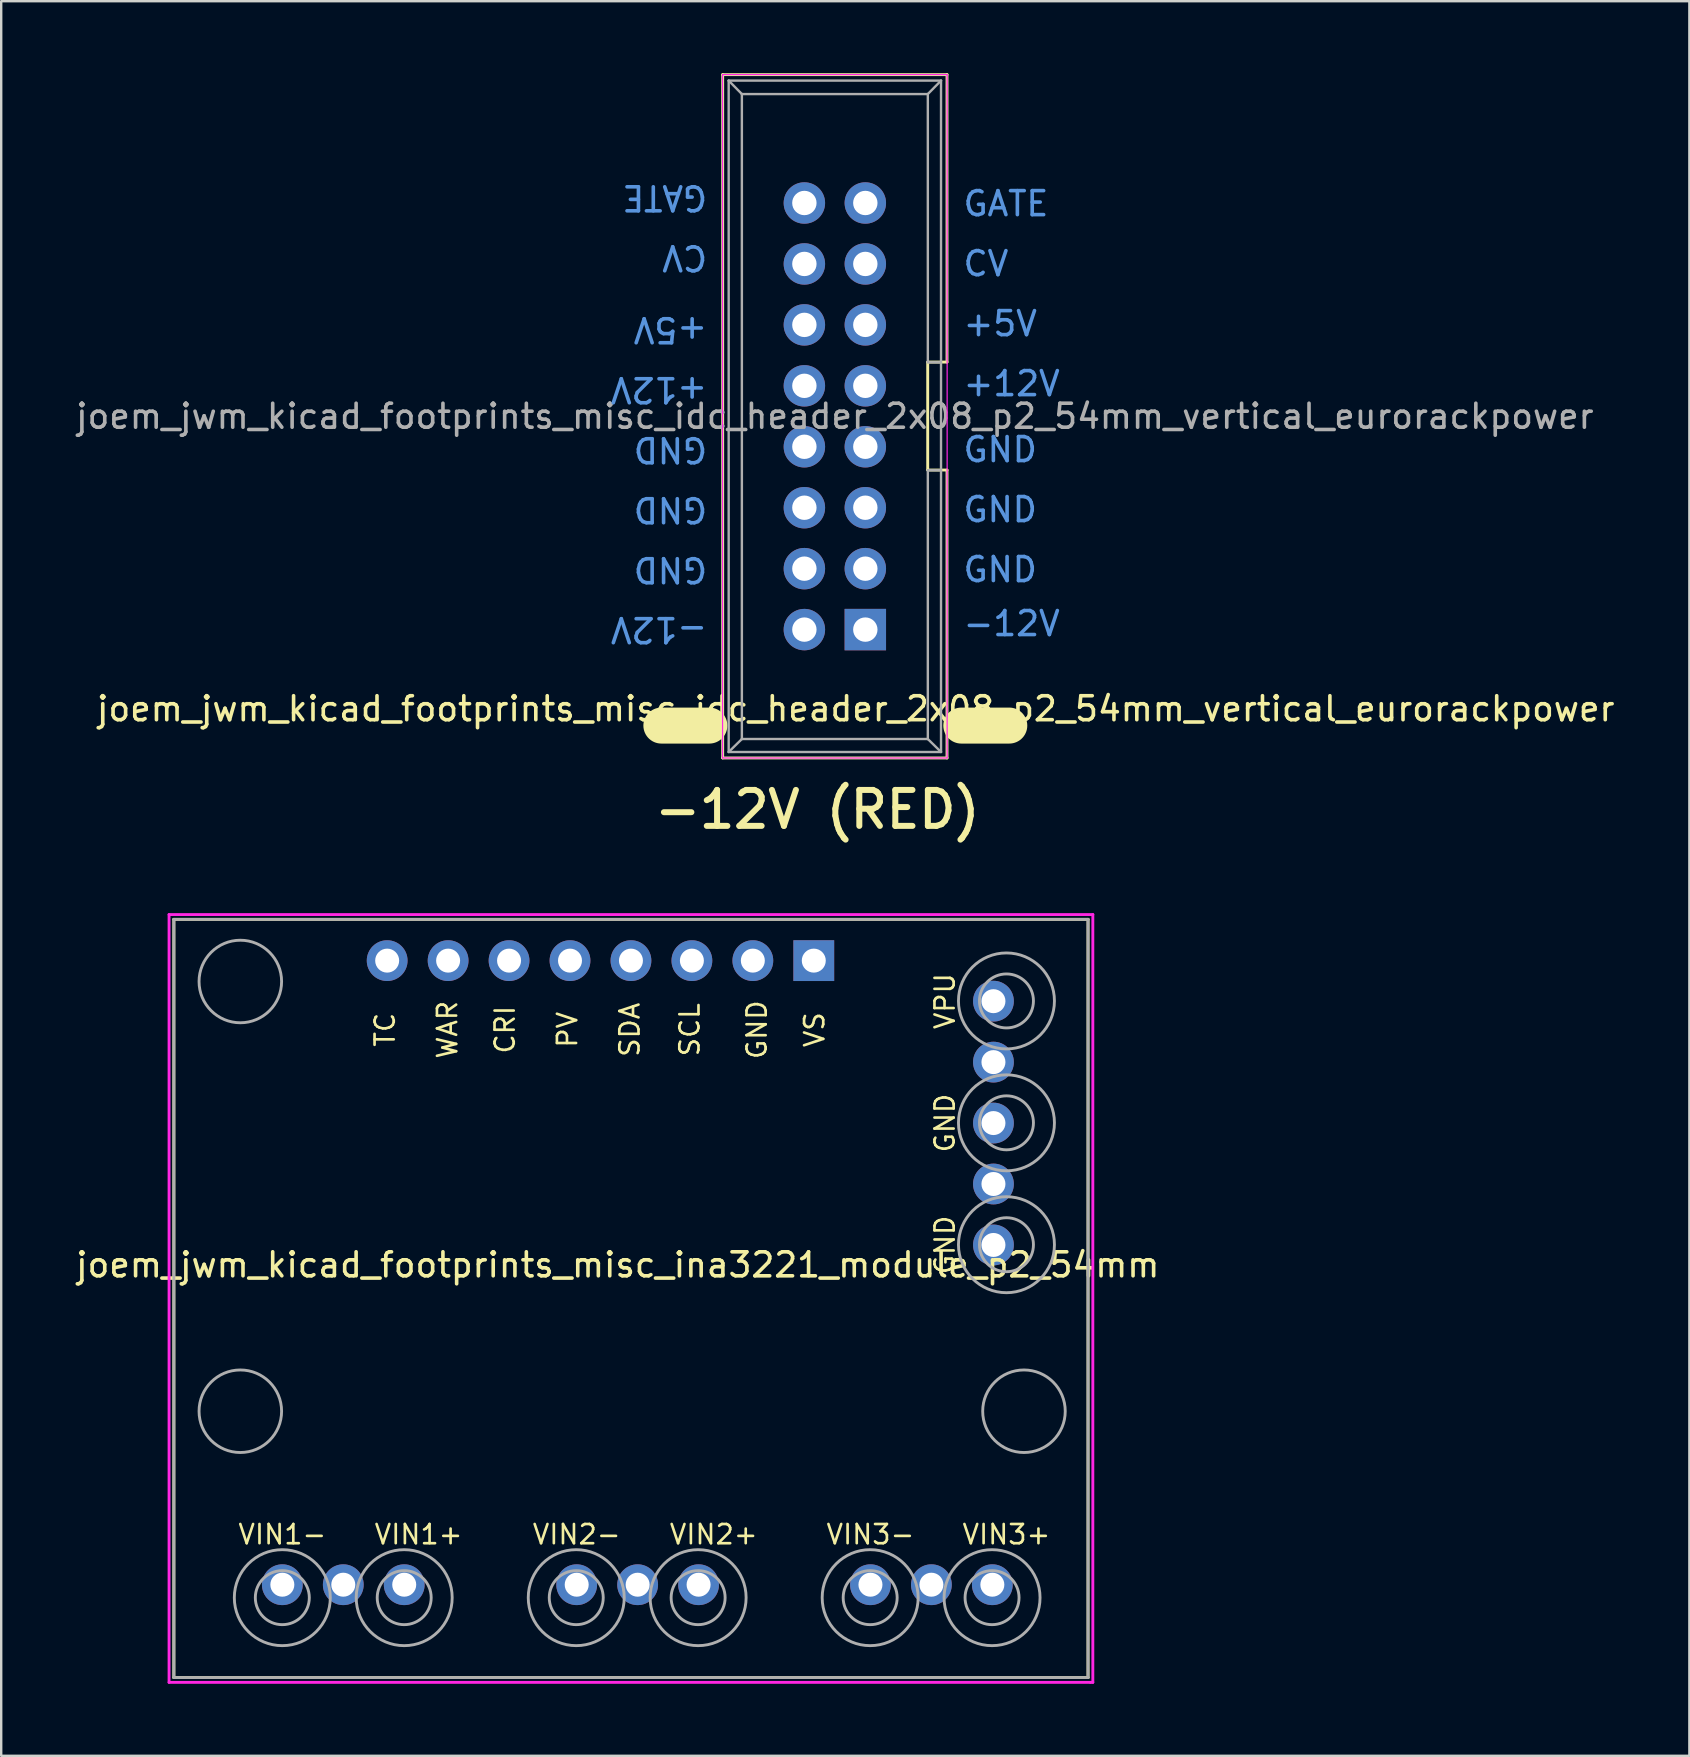
<source format=kicad_pcb>
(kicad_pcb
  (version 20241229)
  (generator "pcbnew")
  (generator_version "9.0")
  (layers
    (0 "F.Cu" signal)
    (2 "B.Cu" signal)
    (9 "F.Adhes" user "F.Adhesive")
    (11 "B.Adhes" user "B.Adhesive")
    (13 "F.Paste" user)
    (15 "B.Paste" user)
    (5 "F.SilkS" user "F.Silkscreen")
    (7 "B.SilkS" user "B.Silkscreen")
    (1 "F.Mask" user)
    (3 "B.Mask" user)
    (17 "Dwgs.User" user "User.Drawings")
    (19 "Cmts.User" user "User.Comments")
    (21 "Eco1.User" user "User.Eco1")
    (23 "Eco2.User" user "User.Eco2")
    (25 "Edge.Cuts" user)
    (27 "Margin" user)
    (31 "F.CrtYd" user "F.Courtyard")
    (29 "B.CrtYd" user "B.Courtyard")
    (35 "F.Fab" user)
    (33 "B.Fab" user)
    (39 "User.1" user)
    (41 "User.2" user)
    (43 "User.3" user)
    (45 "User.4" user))
  (footprint "joem_jwm_kicad_footprints_misc_ina3221_module_p2_54mm"
    (layer "F.Cu")
    (at 30.896 37.046)
    (property "Reference" "joem_jwm_kicad_footprints_misc_ina3221_module_p2_54mm" (at -8.2 12.62 0) (layer "F.SilkS") (effects (font (size 1 1) (thickness 0.15))))
    (attr through_hole)
    (fp_line (start -26.7 -1.78) (end 11.4 -1.78) (stroke (width 0.12) (type solid)) (layer "F.SilkS"))
    (fp_line (start -26.7 29.82) (end -26.7 -1.78) (stroke (width 0.12) (type solid)) (layer "F.SilkS"))
    (fp_line (start 11.4 -1.78) (end 11.4 29.82) (stroke (width 0.12) (type solid)) (layer "F.SilkS"))
    (fp_line (start 11.4 29.82) (end -26.7 29.82) (stroke (width 0.12) (type solid)) (layer "F.SilkS"))
    (fp_line (start -26.9 -1.98) (end 11.6 -1.98) (stroke (width 0.12) (type solid)) (layer "F.CrtYd"))
    (fp_line (start -26.9 30.02) (end -26.9 -1.98) (stroke (width 0.12) (type solid)) (layer "F.CrtYd"))
    (fp_line (start 11.5 30.02) (end -26.9 30.02) (stroke (width 0.12) (type solid)) (layer "F.CrtYd"))
    (fp_line (start 11.6 -1.98) (end 11.6 30.02) (stroke (width 0.12) (type solid)) (layer "F.CrtYd"))
    (fp_line (start 11.6 30.02) (end 11.5 30.02) (stroke (width 0.12) (type solid)) (layer "F.CrtYd"))
    (fp_line (start -26.7 -1.78) (end 11.4 -1.78) (stroke (width 0.12) (type solid)) (layer "F.Fab"))
    (fp_line (start -26.7 29.82) (end -26.7 -1.78) (stroke (width 0.12) (type solid)) (layer "F.Fab"))
    (fp_line (start 11.4 -1.78) (end 11.4 29.82) (stroke (width 0.12) (type solid)) (layer "F.Fab"))
    (fp_line (start 11.4 29.82) (end -26.7 29.82) (stroke (width 0.12) (type solid)) (layer "F.Fab"))
    (fp_circle (center -23.93 0.81) (end -22.21 0.81) (stroke (width 0.12) (type solid)) (fill no) (layer "F.Fab"))
    (fp_circle (center -23.93 18.72) (end -22.21 18.72) (stroke (width 0.12) (type solid)) (fill no) (layer "F.Fab"))
    (fp_circle (center -22.18 26.49) (end -21.055 26.49) (stroke (width 0.12) (type solid)) (fill no) (layer "F.Fab"))
    (fp_circle (center -22.18 26.49) (end -20.18 26.49) (stroke (width 0.12) (type solid)) (fill no) (layer "F.Fab"))
    (fp_circle (center -17.1 26.49) (end -15.975 26.49) (stroke (width 0.12) (type solid)) (fill no) (layer "F.Fab"))
    (fp_circle (center -17.1 26.49) (end -15.1 26.49) (stroke (width 0.12) (type solid)) (fill no) (layer "F.Fab"))
    (fp_circle (center -9.93 26.49) (end -8.805 26.49) (stroke (width 0.12) (type solid)) (fill no) (layer "F.Fab"))
    (fp_circle (center -9.93 26.49) (end -7.93 26.49) (stroke (width 0.12) (type solid)) (fill no) (layer "F.Fab"))
    (fp_circle (center -4.85 26.49) (end -3.725 26.49) (stroke (width 0.12) (type solid)) (fill no) (layer "F.Fab"))
    (fp_circle (center -4.85 26.49) (end -2.85 26.49) (stroke (width 0.12) (type solid)) (fill no) (layer "F.Fab"))
    (fp_circle (center 2.32 26.49) (end 3.445 26.49) (stroke (width 0.12) (type solid)) (fill no) (layer "F.Fab"))
    (fp_circle (center 2.32 26.49) (end 4.32 26.49) (stroke (width 0.12) (type solid)) (fill no) (layer "F.Fab"))
    (fp_circle (center 7.4 26.49) (end 8.525 26.49) (stroke (width 0.12) (type solid)) (fill no) (layer "F.Fab"))
    (fp_circle (center 7.4 26.49) (end 9.4 26.49) (stroke (width 0.12) (type solid)) (fill no) (layer "F.Fab"))
    (fp_circle (center 8 1.62) (end 9.125 1.62) (stroke (width 0.12) (type solid)) (fill no) (layer "F.Fab"))
    (fp_circle (center 8 1.62) (end 10 1.62) (stroke (width 0.12) (type solid)) (fill no) (layer "F.Fab"))
    (fp_circle (center 8 6.7) (end 9.125 6.7) (stroke (width 0.12) (type solid)) (fill no) (layer "F.Fab"))
    (fp_circle (center 8 6.7) (end 10 6.7) (stroke (width 0.12) (type solid)) (fill no) (layer "F.Fab"))
    (fp_circle (center 8 11.78) (end 9.125 11.78) (stroke (width 0.12) (type solid)) (fill no) (layer "F.Fab"))
    (fp_circle (center 8 11.78) (end 10 11.78) (stroke (width 0.12) (type solid)) (fill no) (layer "F.Fab"))
    (fp_circle (center 8.73 18.72) (end 10.45 18.72) (stroke (width 0.12) (type solid)) (fill no) (layer "F.Fab"))
    (fp_text user "GND" (at 5.435 6.71 90) (layer "F.SilkS") (effects (font (size 0.8 0.8) (thickness 0.11))))
    (fp_text user "VIN1-" (at -22.179 23.855 180) (layer "F.SilkS") (effects (font (size 0.8 0.8) (thickness 0.11))))
    (fp_text user "WAR" (at -15.3 2.82 90) (layer "F.SilkS") (effects (font (size 0.8 0.8) (thickness 0.11))))
    (fp_text user "VIN2-" (at -9.911 23.855 180) (layer "F.SilkS") (effects (font (size 0.8 0.8) (thickness 0.11))))
    (fp_text user "VIN2+" (at -4.2 23.855 180) (layer "F.SilkS") (effects (font (size 0.8 0.8) (thickness 0.11))))
    (fp_text user "VIN1+" (at -16.5 23.855 180) (layer "F.SilkS") (effects (font (size 0.8 0.8) (thickness 0.11))))
    (fp_text user "VIN3-" (at 2.332 23.855 180) (layer "F.SilkS") (effects (font (size 0.8 0.8) (thickness 0.11))))
    (fp_text user "GND" (at -2.4 2.82 90) (layer "F.SilkS") (effects (font (size 0.8 0.8) (thickness 0.11))))
    (fp_text user "VS" (at 0 2.82 90) (layer "F.SilkS") (effects (font (size 0.8 0.8) (thickness 0.11))))
    (fp_text user "PV" (at -10.3 2.82 270) (layer "F.SilkS") (effects (font (size 0.8 0.8) (thickness 0.11))))
    (fp_text user "VPU" (at 5.435 1.63 90) (layer "F.SilkS") (effects (font (size 0.8 0.8) (thickness 0.11))))
    (fp_text user "GND" (at 5.435 11.79 90) (layer "F.SilkS") (effects (font (size 0.8 0.8) (thickness 0.11))))
    (fp_text user "VIN3+" (at 8 23.855 180) (layer "F.SilkS") (effects (font (size 0.8 0.8) (thickness 0.11))))
    (fp_text user "SDA" (at -7.7 2.82 270) (layer "F.SilkS") (effects (font (size 0.8 0.8) (thickness 0.11))))
    (fp_text user "SCL" (at -5.2 2.82 270) (layer "F.SilkS") (effects (font (size 0.8 0.8) (thickness 0.11))))
    (fp_text user "TC" (at -17.9 2.82 90) (layer "F.SilkS") (effects (font (size 0.8 0.8) (thickness 0.11))))
    (fp_text user "CRI" (at -12.9 2.82 90) (layer "F.SilkS") (effects (font (size 0.8 0.8) (thickness 0.11))))
    (pad "" thru_hole circle (at -19.639 25.95 180) (size 1.7 1.7) (drill 1) (layers "*.Cu" "*.Mask"))
    (pad "" thru_hole circle (at -7.371 25.95 180) (size 1.7 1.7) (drill 1) (layers "*.Cu" "*.Mask"))
    (pad "" thru_hole circle (at 4.872 25.95 180) (size 1.7 1.7) (drill 1) (layers "*.Cu" "*.Mask"))
    (pad "" thru_hole circle (at 7.458 4.17 270) (size 1.7 1.7) (drill 1) (layers "*.Cu" "*.Mask"))
    (pad "" thru_hole circle (at 7.458 9.25 270) (size 1.7 1.7) (drill 1) (layers "*.Cu" "*.Mask"))
    (pad "1" thru_hole rect (at -0.03 -0.06 180) (size 1.7 1.7) (drill 1) (layers "*.Cu" "*.Mask"))
    (pad "2" thru_hole circle (at -2.57 -0.06 180) (size 1.7 1.7) (drill 1) (layers "*.Cu" "*.Mask"))
    (pad "2" thru_hole circle (at 7.458 6.71 270) (size 1.7 1.7) (drill 1) (layers "*.Cu" "*.Mask"))
    (pad "2" thru_hole circle (at 7.458 11.79 270) (size 1.7 1.7) (drill 1) (layers "*.Cu" "*.Mask"))
    (pad "3" thru_hole circle (at -5.11 -0.06 180) (size 1.7 1.7) (drill 1) (layers "*.Cu" "*.Mask"))
    (pad "4" thru_hole circle (at -7.65 -0.06 180) (size 1.7 1.7) (drill 1) (layers "*.Cu" "*.Mask"))
    (pad "5" thru_hole circle (at -10.19 -0.06 180) (size 1.7 1.7) (drill 1) (layers "*.Cu" "*.Mask"))
    (pad "6" thru_hole circle (at -12.73 -0.06 180) (size 1.7 1.7) (drill 1) (layers "*.Cu" "*.Mask"))
    (pad "7" thru_hole circle (at -15.27 -0.06 180) (size 1.7 1.7) (drill 1) (layers "*.Cu" "*.Mask"))
    (pad "8" thru_hole circle (at -17.81 -0.06 180) (size 1.7 1.7) (drill 1) (layers "*.Cu" "*.Mask"))
    (pad "9" thru_hole circle (at -22.179 25.95 180) (size 1.7 1.7) (drill 1) (layers "*.Cu" "*.Mask"))
    (pad "10" thru_hole circle (at -17.099 25.95 180) (size 1.7 1.7) (drill 1) (layers "*.Cu" "*.Mask"))
    (pad "11" thru_hole circle (at -9.911 25.95 180) (size 1.7 1.7) (drill 1) (layers "*.Cu" "*.Mask"))
    (pad "12" thru_hole circle (at -4.831 25.95 180) (size 1.7 1.7) (drill 1) (layers "*.Cu" "*.Mask"))
    (pad "13" thru_hole circle (at 2.332 25.95 180) (size 1.7 1.7) (drill 1) (layers "*.Cu" "*.Mask"))
    (pad "14" thru_hole circle (at 7.412 25.95 180) (size 1.7 1.7) (drill 1) (layers "*.Cu" "*.Mask"))
    (pad "15" thru_hole circle (at 7.458 1.63 270) (size 1.7 1.7) (drill 1) (layers "*.Cu" "*.Mask")))
  (footprint "joem_jwm_kicad_footprints_misc_idc_header_2x08_p2_54mm_vertical_eurorackpower"
    (layer "F.Cu")
    (at 33.014 23.19)
    (property "Reference" "joem_jwm_kicad_footprints_misc_idc_header_2x08_p2_54mm_vertical_eurorackpower" (at -0.4 3.3 180) (layer "F.SilkS") (effects (font (size 1 1) (thickness 0.15))))
    (attr through_hole)
    (fp_line (start -8.5 4) (end -6.5 4) (stroke (width 1.5) (type solid)) (layer "F.SilkS"))
    (fp_line (start -5.945 -23.13) (end 3.405 -23.13) (stroke (width 0.12) (type solid)) (layer "F.SilkS"))
    (fp_line (start -5.945 5.35) (end -5.945 -23.13) (stroke (width 0.12) (type solid)) (layer "F.SilkS"))
    (fp_line (start 2.6 -11.15) (end 2.6 -6.65) (stroke (width 0.12) (type solid)) (layer "F.SilkS"))
    (fp_line (start 2.6 -6.65) (end 3.405 -6.65) (stroke (width 0.12) (type solid)) (layer "F.SilkS"))
    (fp_line (start 3.405 -23.13) (end 3.405 -11.15) (stroke (width 0.12) (type solid)) (layer "F.SilkS"))
    (fp_line (start 3.405 -11.15) (end 2.6 -11.15) (stroke (width 0.12) (type solid)) (layer "F.SilkS"))
    (fp_line (start 3.405 -6.65) (end 3.405 5.35) (stroke (width 0.12) (type solid)) (layer "F.SilkS"))
    (fp_line (start 3.405 5.35) (end -5.945 5.35) (stroke (width 0.12) (type solid)) (layer "F.SilkS"))
    (fp_line (start 4 4) (end 6 4) (stroke (width 1.5) (type solid)) (layer "F.SilkS"))
    (fp_line (start -5.95 -23.13) (end 3.41 -23.13) (stroke (width 0.05) (type solid)) (layer "F.CrtYd"))
    (fp_line (start -5.95 5.35) (end -5.95 -23.13) (stroke (width 0.05) (type solid)) (layer "F.CrtYd"))
    (fp_line (start 3.41 -23.13) (end 3.41 5.35) (stroke (width 0.05) (type solid)) (layer "F.CrtYd"))
    (fp_line (start 3.41 5.35) (end -5.95 5.35) (stroke (width 0.05) (type solid)) (layer "F.CrtYd"))
    (fp_line (start -5.695 -22.88) (end -5.145 -22.32) (stroke (width 0.1) (type solid)) (layer "F.Fab"))
    (fp_line (start -5.695 -22.88) (end 3.155 -22.88) (stroke (width 0.1) (type solid)) (layer "F.Fab"))
    (fp_line (start -5.695 5.1) (end -5.695 -22.88) (stroke (width 0.1) (type solid)) (layer "F.Fab"))
    (fp_line (start -5.695 5.1) (end -5.145 4.56) (stroke (width 0.1) (type solid)) (layer "F.Fab"))
    (fp_line (start -5.695 5.1) (end 3.155 5.1) (stroke (width 0.1) (type solid)) (layer "F.Fab"))
    (fp_line (start -5.145 -22.32) (end 2.605 -22.32) (stroke (width 0.1) (type solid)) (layer "F.Fab"))
    (fp_line (start -5.145 4.56) (end -5.145 -22.32) (stroke (width 0.1) (type solid)) (layer "F.Fab"))
    (fp_line (start -5.145 4.56) (end 2.605 4.56) (stroke (width 0.1) (type solid)) (layer "F.Fab"))
    (fp_line (start 2.605 -11.14) (end 2.605 -22.32) (stroke (width 0.1) (type solid)) (layer "F.Fab"))
    (fp_line (start 2.605 -11.14) (end 3.155 -11.14) (stroke (width 0.1) (type solid)) (layer "F.Fab"))
    (fp_line (start 2.605 -6.64) (end 3.155 -6.64) (stroke (width 0.1) (type solid)) (layer "F.Fab"))
    (fp_line (start 2.605 4.56) (end 2.605 -6.64) (stroke (width 0.1) (type solid)) (layer "F.Fab"))
    (fp_line (start 3.155 -22.88) (end 2.605 -22.32) (stroke (width 0.1) (type solid)) (layer "F.Fab"))
    (fp_line (start 3.155 5.1) (end 2.605 4.56) (stroke (width 0.1) (type solid)) (layer "F.Fab"))
    (fp_line (start 3.155 5.1) (end 3.155 -22.88) (stroke (width 0.1) (type solid)) (layer "F.Fab"))
    (fp_text user "-12V (RED)" (at -2 7.5 0) (layer "F.SilkS") (effects (font (size 1.5 1.5) (thickness 0.25))))
    (fp_text user "GND" (at 4 -5 0) (unlocked yes) (layer "Cmts.User") (effects (font (size 1 1) (thickness 0.15)) (justify left)))
    (fp_text user "+5V" (at 4 -12.75 0) (unlocked yes) (layer "Cmts.User") (effects (font (size 1 1) (thickness 0.15)) (justify left)))
    (fp_text user "CV" (at -6.5 -15.5 180) (unlocked yes) (layer "Cmts.User") (effects (font (size 1 1) (thickness 0.15)) (justify left)))
    (fp_text user "GND" (at 4 -7.5 0) (unlocked yes) (layer "Cmts.User") (effects (font (size 1 1) (thickness 0.15)) (justify left)))
    (fp_text user "GND" (at -6.5 -7.5 180) (unlocked yes) (layer "Cmts.User") (effects (font (size 1 1) (thickness 0.15)) (justify left)))
    (fp_text user "+12V" (at 4 -10.25 0) (unlocked yes) (layer "Cmts.User") (effects (font (size 1 1) (thickness 0.15)) (justify left)))
    (fp_text user "CV" (at 4 -15.25 0) (unlocked yes) (layer "Cmts.User") (effects (font (size 1 1) (thickness 0.15)) (justify left)))
    (fp_text user "GND" (at -6.5 -5 180) (unlocked yes) (layer "Cmts.User") (effects (font (size 1 1) (thickness 0.15)) (justify left)))
    (fp_text user "GATE" (at -6.5 -18 180) (unlocked yes) (layer "Cmts.User") (effects (font (size 1 1) (thickness 0.15)) (justify left)))
    (fp_text user "-12V" (at 4 -0.25 0) (unlocked yes) (layer "Cmts.User") (effects (font (size 1 1) (thickness 0.15)) (justify left)))
    (fp_text user "+12V" (at -6.5 -10 180) (unlocked yes) (layer "Cmts.User") (effects (font (size 1 1) (thickness 0.15)) (justify left)))
    (fp_text user "GND" (at 4 -2.5 0) (unlocked yes) (layer "Cmts.User") (effects (font (size 1 1) (thickness 0.15)) (justify left)))
    (fp_text user "GATE" (at 4 -17.75 0) (unlocked yes) (layer "Cmts.User") (effects (font (size 1 1) (thickness 0.15)) (justify left)))
    (fp_text user "+5V" (at -6.5 -12.5 180) (unlocked yes) (layer "Cmts.User") (effects (font (size 1 1) (thickness 0.15)) (justify left)))
    (fp_text user "-12V" (at -6.5 0 180) (unlocked yes) (layer "Cmts.User") (effects (font (size 1 1) (thickness 0.15)) (justify left)))
    (fp_text user "GND" (at -6.5 -2.5 180) (unlocked yes) (layer "Cmts.User") (effects (font (size 1 1) (thickness 0.15)) (justify left)))
    (fp_text user "${REFERENCE}" (at -1.27 -8.89 180) (layer "F.Fab") (effects (font (size 1 1) (thickness 0.15))))
    (pad "1" thru_hole rect (at 0 0 180) (size 1.727 1.727) (drill 1.016) (layers "*.Cu" "*.Mask"))
    (pad "2" thru_hole oval (at -2.54 0 180) (size 1.727 1.727) (drill 1.016) (layers "*.Cu" "*.Mask"))
    (pad "3" thru_hole oval (at 0 -2.54 180) (size 1.727 1.727) (drill 1.016) (layers "*.Cu" "*.Mask"))
    (pad "4" thru_hole oval (at -2.54 -2.54 180) (size 1.727 1.727) (drill 1.016) (layers "*.Cu" "*.Mask"))
    (pad "5" thru_hole oval (at 0 -5.08 180) (size 1.727 1.727) (drill 1.016) (layers "*.Cu" "*.Mask"))
    (pad "6" thru_hole oval (at -2.54 -5.08 180) (size 1.727 1.727) (drill 1.016) (layers "*.Cu" "*.Mask"))
    (pad "7" thru_hole oval (at 0 -7.62 180) (size 1.727 1.727) (drill 1.016) (layers "*.Cu" "*.Mask"))
    (pad "8" thru_hole oval (at -2.54 -7.62 180) (size 1.727 1.727) (drill 1.016) (layers "*.Cu" "*.Mask"))
    (pad "9" thru_hole oval (at 0 -10.16 180) (size 1.727 1.727) (drill 1.016) (layers "*.Cu" "*.Mask"))
    (pad "10" thru_hole oval (at -2.54 -10.16 180) (size 1.727 1.727) (drill 1.016) (layers "*.Cu" "*.Mask"))
    (pad "11" thru_hole oval (at 0 -12.7 180) (size 1.727 1.727) (drill 1.016) (layers "*.Cu" "*.Mask"))
    (pad "12" thru_hole oval (at -2.54 -12.7 180) (size 1.727 1.727) (drill 1.016) (layers "*.Cu" "*.Mask"))
    (pad "13" thru_hole oval (at 0 -15.24 180) (size 1.727 1.727) (drill 1.016) (layers "*.Cu" "*.Mask"))
    (pad "14" thru_hole oval (at -2.54 -15.24 180) (size 1.727 1.727) (drill 1.016) (layers "*.Cu" "*.Mask"))
    (pad "15" thru_hole oval (at 0 -17.78 180) (size 1.727 1.727) (drill 1.016) (layers "*.Cu" "*.Mask"))
    (pad "16" thru_hole oval (at -2.54 -17.78 180) (size 1.727 1.727) (drill 1.016) (layers "*.Cu" "*.Mask")))
  (gr_rect
    (start -3 -3)
    (end 67.358 70.126)
    (stroke (width 0.1) (type default))
    (fill no)
    (layer "Edge.Cuts")))
</source>
